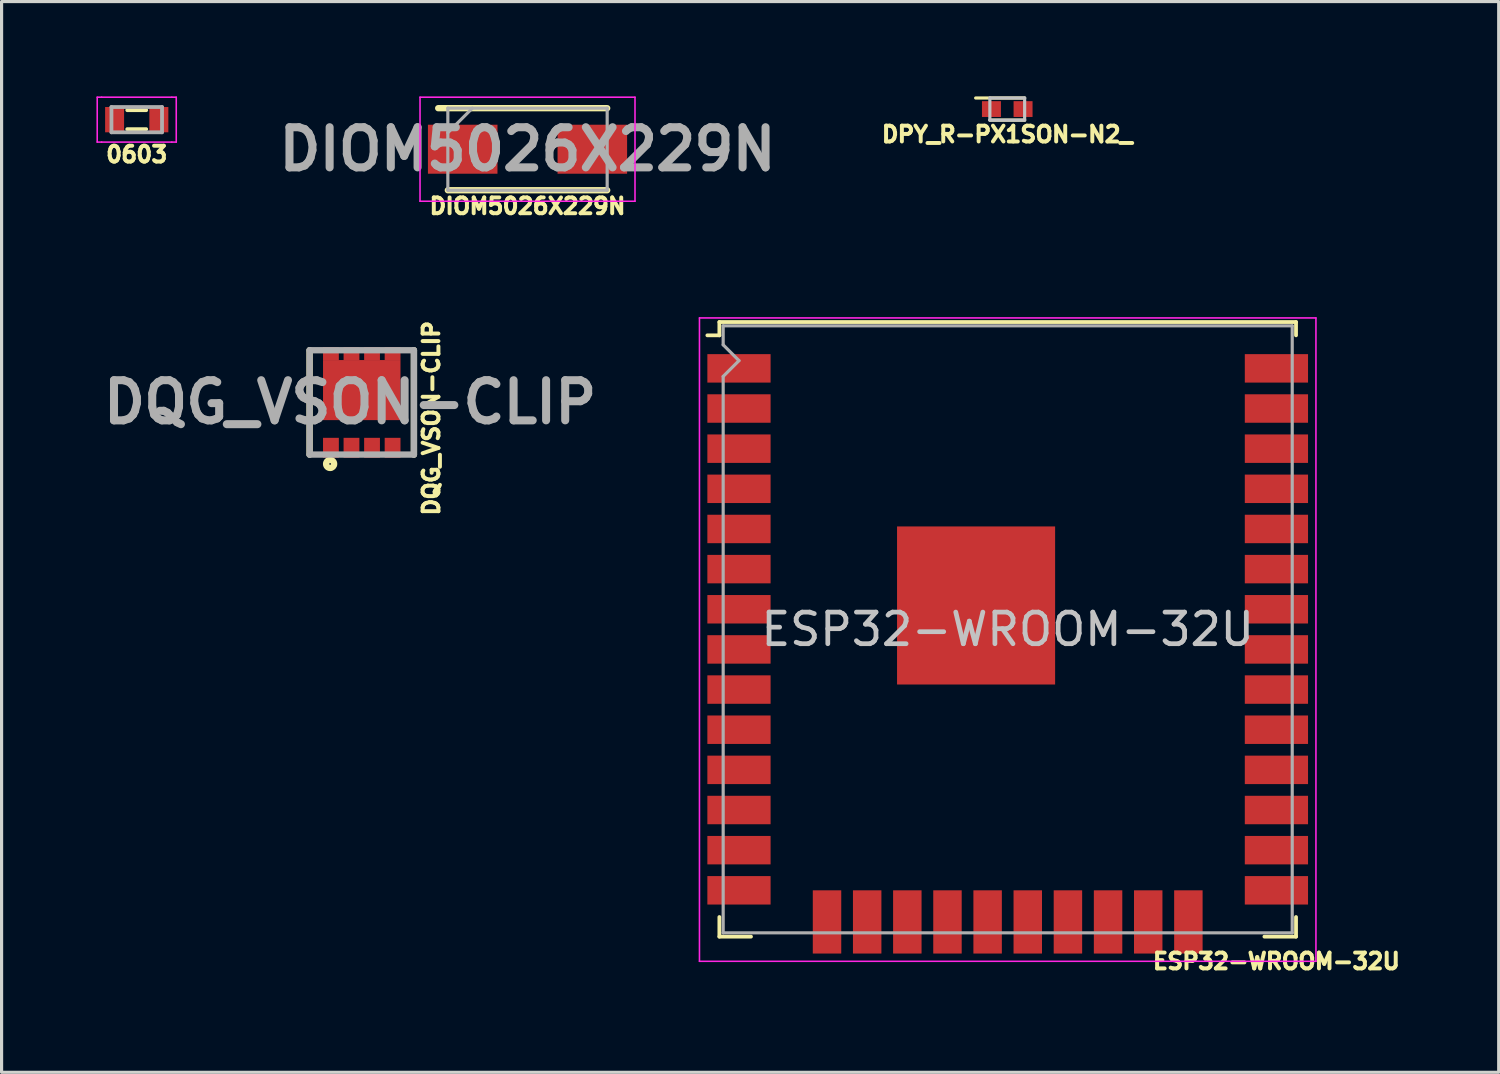
<source format=kicad_pcb>
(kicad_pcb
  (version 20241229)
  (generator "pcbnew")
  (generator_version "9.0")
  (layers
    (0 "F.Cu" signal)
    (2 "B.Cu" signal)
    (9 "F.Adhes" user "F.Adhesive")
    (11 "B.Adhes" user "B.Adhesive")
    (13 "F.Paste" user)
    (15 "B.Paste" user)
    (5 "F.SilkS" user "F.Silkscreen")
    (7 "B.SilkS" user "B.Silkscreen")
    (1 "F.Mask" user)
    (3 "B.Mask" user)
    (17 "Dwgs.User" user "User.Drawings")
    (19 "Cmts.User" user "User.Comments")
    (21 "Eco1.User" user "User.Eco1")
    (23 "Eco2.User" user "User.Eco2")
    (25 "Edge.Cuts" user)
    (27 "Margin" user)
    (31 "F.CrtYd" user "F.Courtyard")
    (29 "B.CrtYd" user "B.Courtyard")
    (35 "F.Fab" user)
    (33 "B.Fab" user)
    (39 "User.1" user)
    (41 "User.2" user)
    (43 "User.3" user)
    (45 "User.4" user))
  (footprint "ESP32-WROOM-32U"
    (layer "F.Cu")
    (at 28.825 16.857)
    (property "Reference" "ESP32-WROOM-32U" (at 8.5 10.5 0) (layer "F.SilkS") (effects (font (size 0.5 0.5) (thickness 0.125))))
    (attr smd)
    (fp_line (start -9.12 -9.72) (end -9.12 -9.3) (stroke (width 0.12) (type solid)) (layer "F.SilkS"))
    (fp_line (start -9.12 -9.72) (end 9.12 -9.72) (stroke (width 0.12) (type solid)) (layer "F.SilkS"))
    (fp_line (start -9.12 -9.3) (end -9.5 -9.3) (stroke (width 0.12) (type solid)) (layer "F.SilkS"))
    (fp_line (start -9.12 9.1) (end -9.12 9.72) (stroke (width 0.12) (type solid)) (layer "F.SilkS"))
    (fp_line (start -9.12 9.72) (end -8.12 9.72) (stroke (width 0.12) (type solid)) (layer "F.SilkS"))
    (fp_line (start 9.12 -9.72) (end 9.12 -9.3) (stroke (width 0.12) (type solid)) (layer "F.SilkS"))
    (fp_line (start 9.12 9.1) (end 9.12 9.72) (stroke (width 0.12) (type solid)) (layer "F.SilkS"))
    (fp_line (start 9.12 9.72) (end 8.12 9.72) (stroke (width 0.12) (type solid)) (layer "F.SilkS"))
    (fp_line (start -9.75 10.5) (end -9.75 -9.85) (stroke (width 0.05) (type solid)) (layer "F.CrtYd"))
    (fp_line (start -9.75 10.5) (end 9.75 10.5) (stroke (width 0.05) (type solid)) (layer "F.CrtYd"))
    (fp_line (start 9.75 -9.85) (end -9.75 -9.85) (stroke (width 0.05) (type solid)) (layer "F.CrtYd"))
    (fp_line (start 9.75 -9.85) (end 9.75 10.5) (stroke (width 0.05) (type solid)) (layer "F.CrtYd"))
    (fp_line (start -9 -9.6) (end -9 -9) (stroke (width 0.1) (type solid)) (layer "F.Fab"))
    (fp_line (start -9 -9.6) (end 9 -9.6) (stroke (width 0.1) (type solid)) (layer "F.Fab"))
    (fp_line (start -9 -8) (end -9 9.6) (stroke (width 0.1) (type solid)) (layer "F.Fab"))
    (fp_line (start -9 -8) (end -8.5 -8.5) (stroke (width 0.1) (type solid)) (layer "F.Fab"))
    (fp_line (start -9 9.6) (end 9 9.6) (stroke (width 0.1) (type solid)) (layer "F.Fab"))
    (fp_line (start -8.5 -8.5) (end -9 -9) (stroke (width 0.1) (type solid)) (layer "F.Fab"))
    (fp_line (start 9 9.6) (end 9 -9.6) (stroke (width 0.1) (type solid)) (layer "F.Fab"))
    (fp_text user "${REFERENCE}" (at 0 0 180) (layer "Dwgs.User") (effects (font (size 1 1) (thickness 0.15))))
    (pad "1" smd rect (at -8.5 -8.255) (size 2 0.9) (layers "F.Cu" "F.Mask" "F.Paste"))
    (pad "2" smd rect (at -8.5 -6.985) (size 2 0.9) (layers "F.Cu" "F.Mask" "F.Paste"))
    (pad "3" smd rect (at -8.5 -5.715) (size 2 0.9) (layers "F.Cu" "F.Mask" "F.Paste"))
    (pad "4" smd rect (at -8.5 -4.445) (size 2 0.9) (layers "F.Cu" "F.Mask" "F.Paste"))
    (pad "5" smd rect (at -8.5 -3.175) (size 2 0.9) (layers "F.Cu" "F.Mask" "F.Paste"))
    (pad "6" smd rect (at -8.5 -1.905) (size 2 0.9) (layers "F.Cu" "F.Mask" "F.Paste"))
    (pad "7" smd rect (at -8.5 -0.635) (size 2 0.9) (layers "F.Cu" "F.Mask" "F.Paste"))
    (pad "8" smd rect (at -8.5 0.635) (size 2 0.9) (layers "F.Cu" "F.Mask" "F.Paste"))
    (pad "9" smd rect (at -8.5 1.905) (size 2 0.9) (layers "F.Cu" "F.Mask" "F.Paste"))
    (pad "10" smd rect (at -8.5 3.175) (size 2 0.9) (layers "F.Cu" "F.Mask" "F.Paste"))
    (pad "11" smd rect (at -8.5 4.445) (size 2 0.9) (layers "F.Cu" "F.Mask" "F.Paste"))
    (pad "12" smd rect (at -8.5 5.715) (size 2 0.9) (layers "F.Cu" "F.Mask" "F.Paste"))
    (pad "13" smd rect (at -8.5 6.985) (size 2 0.9) (layers "F.Cu" "F.Mask" "F.Paste"))
    (pad "14" smd rect (at -8.5 8.255) (size 2 0.9) (layers "F.Cu" "F.Mask" "F.Paste"))
    (pad "15" smd rect (at -5.715 9.255 270) (size 2 0.9) (layers "F.Cu" "F.Mask" "F.Paste"))
    (pad "16" smd rect (at -4.445 9.255 90) (size 2 0.9) (layers "F.Cu" "F.Mask" "F.Paste"))
    (pad "17" smd rect (at -3.175 9.255 90) (size 2 0.9) (layers "F.Cu" "F.Mask" "F.Paste"))
    (pad "18" smd rect (at -1.905 9.255 90) (size 2 0.9) (layers "F.Cu" "F.Mask" "F.Paste"))
    (pad "19" smd rect (at -0.635 9.255 90) (size 2 0.9) (layers "F.Cu" "F.Mask" "F.Paste"))
    (pad "20" smd rect (at 0.635 9.255 90) (size 2 0.9) (layers "F.Cu" "F.Mask" "F.Paste"))
    (pad "21" smd rect (at 1.905 9.255 90) (size 2 0.9) (layers "F.Cu" "F.Mask" "F.Paste"))
    (pad "22" smd rect (at 3.175 9.255 90) (size 2 0.9) (layers "F.Cu" "F.Mask" "F.Paste"))
    (pad "23" smd rect (at 4.445 9.255 90) (size 2 0.9) (layers "F.Cu" "F.Mask" "F.Paste"))
    (pad "24" smd rect (at 5.715 9.255 90) (size 2 0.9) (layers "F.Cu" "F.Mask" "F.Paste"))
    (pad "25" smd rect (at 8.5 8.255) (size 2 0.9) (layers "F.Cu" "F.Mask" "F.Paste"))
    (pad "26" smd rect (at 8.5 6.985) (size 2 0.9) (layers "F.Cu" "F.Mask" "F.Paste"))
    (pad "27" smd rect (at 8.5 5.715) (size 2 0.9) (layers "F.Cu" "F.Mask" "F.Paste"))
    (pad "28" smd rect (at 8.5 4.445) (size 2 0.9) (layers "F.Cu" "F.Mask" "F.Paste"))
    (pad "29" smd rect (at 8.5 3.175) (size 2 0.9) (layers "F.Cu" "F.Mask" "F.Paste"))
    (pad "30" smd rect (at 8.5 1.905) (size 2 0.9) (layers "F.Cu" "F.Mask" "F.Paste"))
    (pad "31" smd rect (at 8.5 0.635) (size 2 0.9) (layers "F.Cu" "F.Mask" "F.Paste"))
    (pad "32" smd rect (at 8.5 -0.635) (size 2 0.9) (layers "F.Cu" "F.Mask" "F.Paste"))
    (pad "33" smd rect (at 8.5 -1.905) (size 2 0.9) (layers "F.Cu" "F.Mask" "F.Paste"))
    (pad "34" smd rect (at 8.5 -3.175) (size 2 0.9) (layers "F.Cu" "F.Mask" "F.Paste"))
    (pad "35" smd rect (at 8.5 -4.445) (size 2 0.9) (layers "F.Cu" "F.Mask" "F.Paste"))
    (pad "36" smd rect (at 8.5 -5.715) (size 2 0.9) (layers "F.Cu" "F.Mask" "F.Paste"))
    (pad "37" smd rect (at 8.5 -6.985) (size 2 0.9) (layers "F.Cu" "F.Mask" "F.Paste"))
    (pad "38" smd rect (at 8.5 -8.255) (size 2 0.9) (layers "F.Cu" "F.Mask" "F.Paste"))
    (pad "39" smd rect (at -1 -0.755) (size 5 5) (layers "F.Cu" "F.Mask" "F.Paste")))
  (footprint "DPY_R-PX1SON-N2_"
    (layer "F.Cu")
    (at 28.811 0.4)
    (property "Reference" "DPY_R-PX1SON-N2_" (at 0 0.8 180) (layer "F.SilkS") (effects (font (size 0.5 0.5) (thickness 0.125))))
    (attr smd)
    (fp_line (start -1 -0.35) (end 0.55 -0.35) (stroke (width 0.1) (type solid)) (layer "F.SilkS"))
    (fp_line (start -0.55 0.35) (end 0.55 0.35) (stroke (width 0.1) (type solid)) (layer "F.SilkS"))
    (fp_line (start -0.55 -0.35) (end 0.55 -0.35) (stroke (width 0.1) (type solid)) (layer "Dwgs.User"))
    (fp_line (start -0.55 0.35) (end -0.55 -0.35) (stroke (width 0.1) (type solid)) (layer "Dwgs.User"))
    (fp_line (start 0.55 -0.35) (end 0.55 0.35) (stroke (width 0.1) (type solid)) (layer "Dwgs.User"))
    (fp_line (start 0.55 0.35) (end -0.55 0.35) (stroke (width 0.1) (type solid)) (layer "Dwgs.User"))
    (pad "1" smd rect (at -0.5 0 90) (size 0.5 0.6) (layers "F.Cu" "F.Mask" "F.Paste"))
    (pad "2" smd rect (at 0.5 0 90) (size 0.5 0.6) (layers "F.Cu" "F.Mask" "F.Paste")))
  (footprint "DQG_VSON-CLIP"
    (layer "F.Cu")
    (at 8.393 9.679)
    (property "Reference" "DQG_VSON-CLIP" (at 2.2 0.5 270) (layer "F.SilkS") (effects (font (size 0.5 0.5) (thickness 0.125))))
    (attr smd)
    (fp_line (start -1.65 -1.65) (end -1.65 1.65) (stroke (width 0.2) (type solid)) (layer "F.SilkS"))
    (fp_line (start 1.65 1.65) (end 1.65 -1.65) (stroke (width 0.2) (type solid)) (layer "F.SilkS"))
    (fp_circle (center -1.001 1.946) (end -1.001 1.973) (stroke (width 0.2) (type solid)) (fill no) (layer "F.SilkS"))
    (fp_line (start -1.65 -1.65) (end 1.65 -1.65) (stroke (width 0.2) (type solid)) (layer "F.Fab"))
    (fp_line (start -1.65 1.65) (end -1.65 -1.65) (stroke (width 0.2) (type solid)) (layer "F.Fab"))
    (fp_line (start 1.65 -1.65) (end 1.65 1.65) (stroke (width 0.2) (type solid)) (layer "F.Fab"))
    (fp_line (start 1.65 1.65) (end -1.65 1.65) (stroke (width 0.2) (type solid)) (layer "F.Fab"))
    (fp_text user "${REFERENCE}" (at -0.368 -0.007 180) (layer "F.Fab") (effects (font (size 1.27 1.27) (thickness 0.254))))
    (pad "1" smd rect (at -0.975 1.435) (size 0.5 0.63) (layers "F.Cu" "F.Mask" "F.Paste"))
    (pad "2" smd rect (at -0.325 1.435) (size 0.5 0.63) (layers "F.Cu" "F.Mask" "F.Paste"))
    (pad "3" smd rect (at 0.325 1.435) (size 0.5 0.63) (layers "F.Cu" "F.Mask" "F.Paste"))
    (pad "4" smd rect (at 0.975 1.435) (size 0.5 0.63) (layers "F.Cu" "F.Mask" "F.Paste"))
    (pad "5" smd rect (at -0.975 -1.545 90) (size 0.41 0.5) (layers "F.Cu" "F.Mask" "F.Paste"))
    (pad "5" smd rect (at -0.325 -1.545 90) (size 0.41 0.5) (layers "F.Cu" "F.Mask" "F.Paste"))
    (pad "5" smd rect (at 0 -0.39 90) (size 1.9 2.45) (layers "F.Cu" "F.Mask" "F.Paste"))
    (pad "5" smd rect (at 0.325 -1.545 90) (size 0.41 0.5) (layers "F.Cu" "F.Mask" "F.Paste"))
    (pad "5" smd rect (at 0.975 -1.545 90) (size 0.41 0.5) (layers "F.Cu" "F.Mask" "F.Paste")))
  (footprint "DIOM5026X229N"
    (layer "F.Cu")
    (at 13.636 1.67)
    (property "Reference" "DIOM5026X229N" (at 0 1.8 0) (layer "F.SilkS") (effects (font (size 0.5 0.5) (thickness 0.125))))
    (attr smd)
    (fp_line (start -2.52 1.298) (end 2.52 1.298) (stroke (width 0.2) (type solid)) (layer "F.SilkS"))
    (fp_line (start 2.52 -1.298) (end -2.825 -1.298) (stroke (width 0.2) (type solid)) (layer "F.SilkS"))
    (fp_line (start -3.4 -1.645) (end 3.4 -1.645) (stroke (width 0.05) (type solid)) (layer "F.CrtYd"))
    (fp_line (start -3.4 1.645) (end -3.4 -1.645) (stroke (width 0.05) (type solid)) (layer "F.CrtYd"))
    (fp_line (start 3.4 -1.645) (end 3.4 1.645) (stroke (width 0.05) (type solid)) (layer "F.CrtYd"))
    (fp_line (start 3.4 1.645) (end -3.4 1.645) (stroke (width 0.05) (type solid)) (layer "F.CrtYd"))
    (fp_line (start -2.52 -1.298) (end 2.52 -1.298) (stroke (width 0.1) (type solid)) (layer "F.Fab"))
    (fp_line (start -2.52 -0.522) (end -1.745 -1.298) (stroke (width 0.1) (type solid)) (layer "F.Fab"))
    (fp_line (start -2.52 1.298) (end -2.52 -1.298) (stroke (width 0.1) (type solid)) (layer "F.Fab"))
    (fp_line (start 2.52 -1.298) (end 2.52 1.298) (stroke (width 0.1) (type solid)) (layer "F.Fab"))
    (fp_line (start 2.52 1.298) (end -2.52 1.298) (stroke (width 0.1) (type solid)) (layer "F.Fab"))
    (fp_text user "${REFERENCE}" (at 0 0 0) (layer "F.Fab") (effects (font (size 1.27 1.27) (thickness 0.254))))
    (pad "1" smd rect (at -2.05 0 90) (size 1.55 2.2) (layers "F.Cu" "F.Paste"))
    (pad "2" smd rect (at 2.05 0 90) (size 1.55 2.2) (layers "F.Cu" "F.Paste")))
  (footprint "0603"
    (layer "F.Cu")
    (at 1.275 0.735)
    (property "Reference" "0603" (at 0 1.1 180) (layer "F.SilkS") (effects (font (size 0.5 0.5) (thickness 0.125))))
    (attr through_hole)
    (fp_line (start -0.3 -0.3) (end 0.3 -0.3) (stroke (width 0.12) (type solid)) (layer "F.SilkS"))
    (fp_line (start -0.3 0.3) (end 0.3 0.3) (stroke (width 0.12) (type solid)) (layer "F.SilkS"))
    (fp_line (start -1.25 0.71) (end -1.25 -0.71) (stroke (width 0.05) (type solid)) (layer "F.CrtYd"))
    (fp_line (start -1.11 -0.71) (end -1.25 -0.71) (stroke (width 0.05) (type solid)) (layer "F.CrtYd"))
    (fp_line (start -1.11 -0.71) (end 1.11 -0.71) (stroke (width 0.05) (type solid)) (layer "F.CrtYd"))
    (fp_line (start -1.11 0.71) (end -1.25 0.71) (stroke (width 0.05) (type solid)) (layer "F.CrtYd"))
    (fp_line (start 1.11 -0.71) (end 1.25 -0.71) (stroke (width 0.05) (type solid)) (layer "F.CrtYd"))
    (fp_line (start 1.11 0.71) (end -1.11 0.71) (stroke (width 0.05) (type solid)) (layer "F.CrtYd"))
    (fp_line (start 1.11 0.71) (end 1.25 0.71) (stroke (width 0.05) (type solid)) (layer "F.CrtYd"))
    (fp_line (start 1.25 -0.71) (end 1.25 0.71) (stroke (width 0.05) (type solid)) (layer "F.CrtYd"))
    (fp_line (start -0.8 -0.4) (end -0.8 0.4) (stroke (width 0.12) (type solid)) (layer "F.Fab"))
    (fp_line (start -0.8 0.4) (end 0.8 0.4) (stroke (width 0.12) (type solid)) (layer "F.Fab"))
    (fp_line (start 0.8 -0.4) (end -0.8 -0.4) (stroke (width 0.12) (type solid)) (layer "F.Fab"))
    (fp_line (start 0.8 0.4) (end 0.8 -0.4) (stroke (width 0.12) (type solid)) (layer "F.Fab"))
    (pad "1" smd rect (at -0.7 0) (size 0.6 0.8) (layers "F.Cu" "F.Mask" "F.Paste"))
    (pad "2" smd rect (at 0.7 0) (size 0.6 0.8) (layers "F.Cu" "F.Mask" "F.Paste")))
  (gr_rect
    (start -3 -3)
    (end 44.356 30.869)
    (stroke (width 0.1) (type default))
    (fill no)
    (layer "Edge.Cuts")))
</source>
